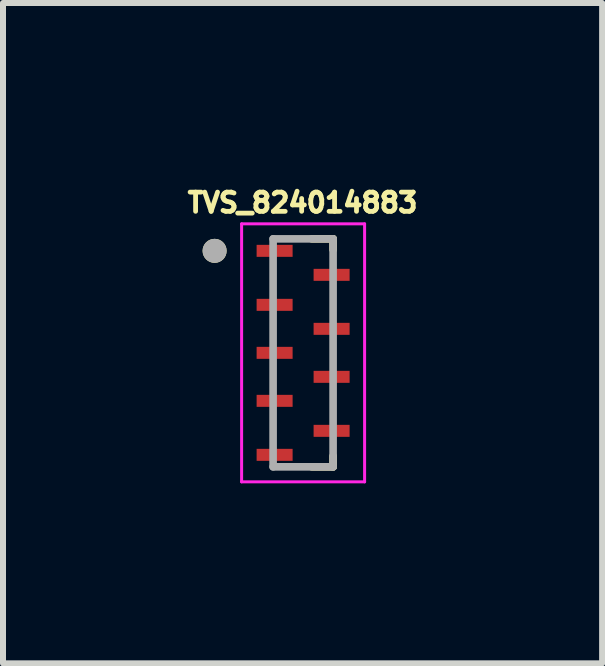
<source format=kicad_pcb>
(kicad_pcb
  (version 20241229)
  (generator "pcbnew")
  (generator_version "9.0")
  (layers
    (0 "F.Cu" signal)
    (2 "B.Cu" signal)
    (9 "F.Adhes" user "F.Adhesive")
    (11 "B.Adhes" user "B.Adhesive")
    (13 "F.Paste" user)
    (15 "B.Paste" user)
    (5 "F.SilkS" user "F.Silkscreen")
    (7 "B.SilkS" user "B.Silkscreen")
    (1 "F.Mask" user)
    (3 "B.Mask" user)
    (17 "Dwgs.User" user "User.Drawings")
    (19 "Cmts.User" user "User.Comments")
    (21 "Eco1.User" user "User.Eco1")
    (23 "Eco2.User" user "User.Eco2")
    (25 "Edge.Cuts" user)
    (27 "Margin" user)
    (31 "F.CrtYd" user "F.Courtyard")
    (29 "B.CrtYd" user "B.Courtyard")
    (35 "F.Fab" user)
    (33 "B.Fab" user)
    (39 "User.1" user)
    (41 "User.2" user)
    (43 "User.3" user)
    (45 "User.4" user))
  (footprint "TVS_824014883"
    (layer "F.Cu")
    (at 2.002 2.831)
    (property "Reference" "TVS_824014883" (at -0.009 -2.503 0) (layer "F.SilkS") (effects (font (size 0.32 0.32) (thickness 0.15))))
    (attr through_hole)
    (fp_line (start 0.145 1.9) (end 0.5 1.9) (stroke (width 0.127) (type solid)) (layer "F.SilkS"))
    (fp_line (start 0.5 -1.9) (end 0.145 -1.9) (stroke (width 0.127) (type solid)) (layer "F.SilkS"))
    (fp_line (start 0.5 -1.72) (end 0.5 -1.9) (stroke (width 0.127) (type solid)) (layer "F.SilkS"))
    (fp_line (start 0.5 1.9) (end 0.5 1.72) (stroke (width 0.127) (type solid)) (layer "F.SilkS"))
    (fp_circle (center -1.475 -1.7) (end -1.375 -1.7) (stroke (width 0.2) (type solid)) (fill no) (layer "F.SilkS"))
    (fp_line (start -1.025 -2.15) (end -1.025 2.15) (stroke (width 0.05) (type solid)) (layer "F.CrtYd"))
    (fp_line (start -1.025 2.15) (end 1.025 2.15) (stroke (width 0.05) (type solid)) (layer "F.CrtYd"))
    (fp_line (start 1.025 -2.15) (end -1.025 -2.15) (stroke (width 0.05) (type solid)) (layer "F.CrtYd"))
    (fp_line (start 1.025 2.15) (end 1.025 -2.15) (stroke (width 0.05) (type solid)) (layer "F.CrtYd"))
    (fp_line (start -0.5 -1.9) (end -0.5 1.9) (stroke (width 0.127) (type solid)) (layer "F.Fab"))
    (fp_line (start -0.5 1.9) (end 0.5 1.9) (stroke (width 0.127) (type solid)) (layer "F.Fab"))
    (fp_line (start 0.5 -1.9) (end -0.5 -1.9) (stroke (width 0.127) (type solid)) (layer "F.Fab"))
    (fp_line (start 0.5 1.9) (end 0.5 -1.9) (stroke (width 0.127) (type solid)) (layer "F.Fab"))
    (fp_circle (center -1.475 -1.7) (end -1.375 -1.7) (stroke (width 0.2) (type solid)) (fill no) (layer "F.Fab"))
    (pad "1" smd rect (at -0.475 -1.7) (size 0.6 0.2) (layers "F.Cu" "F.Mask" "F.Paste"))
    (pad "2" smd rect (at -0.475 -0.8) (size 0.6 0.2) (layers "F.Cu" "F.Mask" "F.Paste"))
    (pad "3" smd rect (at -0.475 0) (size 0.6 0.2) (layers "F.Cu" "F.Mask" "F.Paste"))
    (pad "4" smd rect (at -0.475 0.8) (size 0.6 0.2) (layers "F.Cu" "F.Mask" "F.Paste"))
    (pad "5" smd rect (at -0.475 1.7) (size 0.6 0.2) (layers "F.Cu" "F.Mask" "F.Paste"))
    (pad "6" smd rect (at 0.475 1.3) (size 0.6 0.2) (layers "F.Cu" "F.Mask" "F.Paste"))
    (pad "7" smd rect (at 0.475 0.4) (size 0.6 0.2) (layers "F.Cu" "F.Mask" "F.Paste"))
    (pad "8" smd rect (at 0.475 -0.4) (size 0.6 0.2) (layers "F.Cu" "F.Mask" "F.Paste"))
    (pad "9" smd rect (at 0.475 -1.3) (size 0.6 0.2) (layers "F.Cu" "F.Mask" "F.Paste")))
  (gr_rect
    (start -3 -3)
    (end 6.986 8.006)
    (stroke (width 0.1) (type default))
    (fill no)
    (layer "Edge.Cuts")))
</source>
